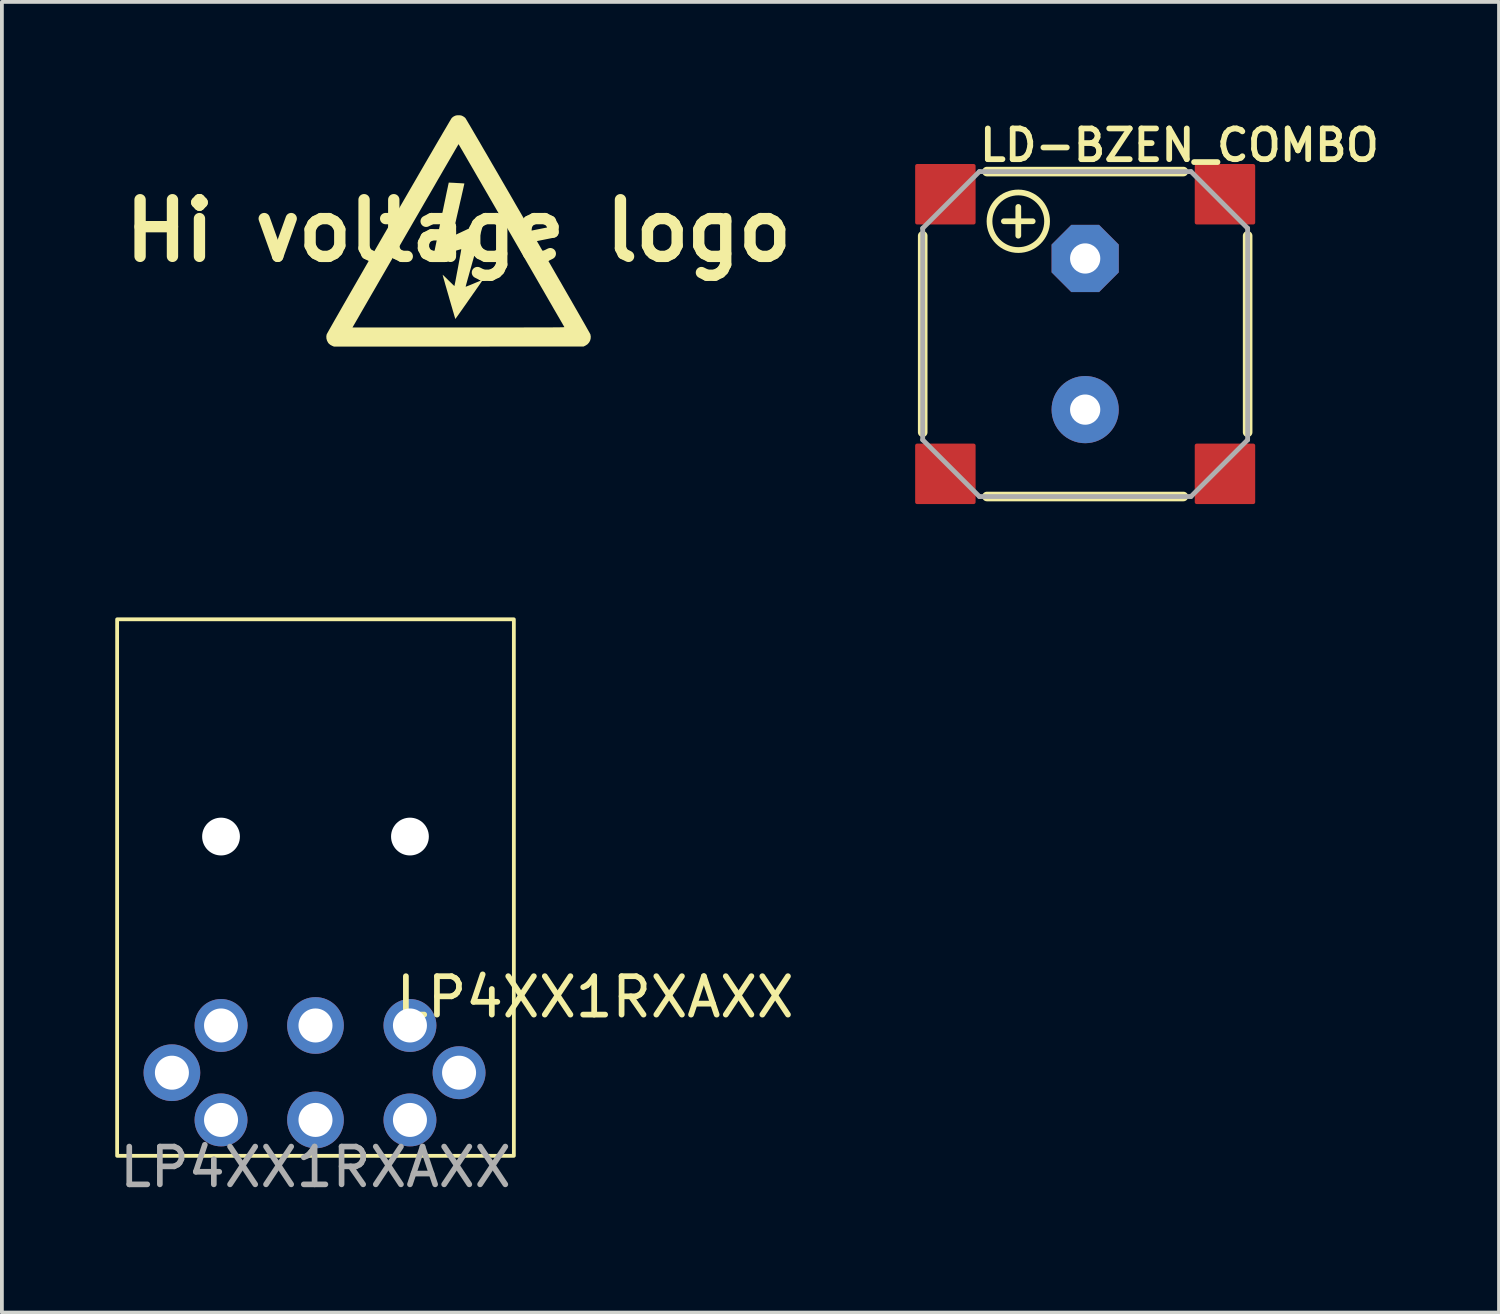
<source format=kicad_pcb>
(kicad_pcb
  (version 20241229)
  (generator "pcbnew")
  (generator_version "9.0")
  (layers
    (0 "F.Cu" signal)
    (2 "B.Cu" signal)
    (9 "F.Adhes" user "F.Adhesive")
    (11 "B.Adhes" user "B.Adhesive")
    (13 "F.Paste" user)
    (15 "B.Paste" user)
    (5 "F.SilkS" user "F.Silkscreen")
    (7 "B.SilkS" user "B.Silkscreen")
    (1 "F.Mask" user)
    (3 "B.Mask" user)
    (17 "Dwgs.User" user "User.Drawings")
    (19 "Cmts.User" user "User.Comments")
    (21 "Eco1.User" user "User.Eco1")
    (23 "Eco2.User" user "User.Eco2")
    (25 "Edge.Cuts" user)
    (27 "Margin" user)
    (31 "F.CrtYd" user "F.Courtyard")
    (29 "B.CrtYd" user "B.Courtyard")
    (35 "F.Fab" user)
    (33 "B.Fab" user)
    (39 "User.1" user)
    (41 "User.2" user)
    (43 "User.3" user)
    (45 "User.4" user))
  (footprint "LP4XX1RXAXX"
    (layer "F.Cu")
    (at 5.3 25.341)
    (property "Reference" "LP4XX1RXAXX" (at 7.4 -2 0) (unlocked yes) (layer "F.SilkS") (effects (font (size 1.016 1.016) (thickness 0.152))))
    (attr through_hole)
    (fp_rect (start -5.25 -12) (end 5.25 2.2) (stroke (width 0.1) (type default)) (fill no) (layer "F.SilkS"))
    (fp_text user "${REFERENCE}" (at 0 2.5 0) (unlocked yes) (layer "F.Fab") (effects (font (size 1 1) (thickness 0.15))))
    (pad "" np_thru_hole circle (at -2.5 -6.25) (size 1 1) (drill 1) (layers "*.Cu"))
    (pad "" np_thru_hole circle (at 2.5 -6.25) (size 1 1) (drill 1) (layers "*.Cu"))
    (pad "1" thru_hole circle (at -2.5 1.25) (size 1.4 1.4) (drill 0.9) (layers "*.Cu" "*.Mask"))
    (pad "2" thru_hole circle (at 0 1.25) (size 1.5 1.5) (drill 0.9) (layers "*.Cu" "*.Mask"))
    (pad "3" thru_hole circle (at 2.5 1.25) (size 1.4 1.4) (drill 0.9) (layers "*.Cu" "*.Mask"))
    (pad "4" thru_hole circle (at -2.5 -1.25) (size 1.4 1.4) (drill 0.9) (layers "*.Cu" "*.Mask"))
    (pad "5" thru_hole circle (at 0 -1.25) (size 1.5 1.5) (drill 0.9) (layers "*.Cu" "*.Mask"))
    (pad "6" thru_hole circle (at 2.5 -1.25) (size 1.4 1.4) (drill 0.9) (layers "*.Cu" "*.Mask"))
    (pad "A" thru_hole circle (at -3.8 0) (size 1.5 1.5) (drill 0.9) (layers "*.Cu" "*.Mask"))
    (pad "C" thru_hole circle (at 3.8 0) (size 1.4 1.4) (drill 0.9) (layers "*.Cu" "*.Mask")))
  (footprint "Hi voltage logo"
    (layer "F.Cu")
    (at 9.086 3.057)
    (property "Reference" "Hi voltage logo" (at 0 0 0) (layer "F.SilkS") (effects (font (size 1.5 1.5) (thickness 0.3))))
    (attr exclude_from_pos_files exclude_from_bom)
    (fp_poly (pts (xy -0.251 -1.274) (xy -0.231 -1.273) (xy -0.201 -1.272) (xy -0.162 -1.27) (xy -0.119 -1.268) (xy -0.072 -1.265) (xy -0.023 -1.262) (xy 0.023 -1.26) (xy 0.066 -1.257) (xy 0.103 -1.255) (xy 0.132 -1.253) (xy 0.149 -1.251) (xy 0.155 -1.251) (xy 0.153 -1.244) (xy 0.149 -1.223) (xy 0.141 -1.189) (xy 0.131 -1.144) (xy 0.119 -1.089) (xy 0.104 -1.024) (xy 0.087 -0.95) (xy 0.069 -0.869) (xy 0.048 -0.781) (xy 0.027 -0.688) (xy 0.005 -0.59) (xy -0.004 -0.553) (xy -0.027 -0.453) (xy -0.049 -0.358) (xy -0.069 -0.268) (xy -0.088 -0.184) (xy -0.106 -0.108) (xy -0.121 -0.039) (xy -0.135 0.02) (xy -0.146 0.069) (xy -0.154 0.107) (xy -0.16 0.132) (xy -0.162 0.145) (xy -0.162 0.146) (xy -0.155 0.143) (xy -0.136 0.134) (xy -0.106 0.12) (xy -0.065 0.101) (xy -0.016 0.078) (xy 0.041 0.052) (xy 0.104 0.022) (xy 0.173 -0.01) (xy 0.246 -0.045) (xy 0.254 -0.049) (xy 0.327 -0.083) (xy 0.397 -0.116) (xy 0.461 -0.146) (xy 0.518 -0.173) (xy 0.569 -0.196) (xy 0.61 -0.215) (xy 0.642 -0.23) (xy 0.662 -0.239) (xy 0.67 -0.242) (xy 0.67 -0.242) (xy 0.669 -0.235) (xy 0.663 -0.214) (xy 0.654 -0.181) (xy 0.642 -0.136) (xy 0.626 -0.08) (xy 0.608 -0.014) (xy 0.587 0.061) (xy 0.563 0.144) (xy 0.538 0.234) (xy 0.51 0.331) (xy 0.481 0.434) (xy 0.451 0.541) (xy 0.429 0.619) (xy 0.397 0.729) (xy 0.367 0.835) (xy 0.339 0.936) (xy 0.312 1.031) (xy 0.287 1.119) (xy 0.265 1.2) (xy 0.244 1.273) (xy 0.227 1.336) (xy 0.212 1.389) (xy 0.201 1.431) (xy 0.193 1.461) (xy 0.189 1.478) (xy 0.188 1.482) (xy 0.195 1.48) (xy 0.215 1.473) (xy 0.245 1.461) (xy 0.284 1.446) (xy 0.33 1.427) (xy 0.381 1.406) (xy 0.414 1.392) (xy 0.468 1.369) (xy 0.517 1.349) (xy 0.561 1.331) (xy 0.596 1.317) (xy 0.622 1.308) (xy 0.637 1.302) (xy 0.64 1.302) (xy 0.636 1.308) (xy 0.625 1.326) (xy 0.606 1.353) (xy 0.581 1.389) (xy 0.55 1.434) (xy 0.515 1.485) (xy 0.475 1.541) (xy 0.433 1.603) (xy 0.387 1.667) (xy 0.34 1.735) (xy 0.292 1.803) (xy 0.244 1.872) (xy 0.197 1.94) (xy 0.15 2.006) (xy 0.106 2.069) (xy 0.064 2.128) (xy 0.026 2.182) (xy -0.007 2.229) (xy -0.036 2.269) (xy -0.059 2.301) (xy -0.075 2.323) (xy -0.084 2.335) (xy -0.085 2.336) (xy -0.087 2.329) (xy -0.093 2.309) (xy -0.103 2.276) (xy -0.116 2.233) (xy -0.131 2.179) (xy -0.15 2.116) (xy -0.17 2.046) (xy -0.193 1.968) (xy -0.217 1.885) (xy -0.243 1.796) (xy -0.255 1.752) (xy -0.281 1.662) (xy -0.306 1.576) (xy -0.329 1.495) (xy -0.351 1.421) (xy -0.369 1.354) (xy -0.386 1.295) (xy -0.4 1.246) (xy -0.41 1.208) (xy -0.417 1.181) (xy -0.421 1.167) (xy -0.421 1.165) (xy -0.415 1.169) (xy -0.4 1.182) (xy -0.377 1.204) (xy -0.348 1.232) (xy -0.313 1.266) (xy -0.275 1.304) (xy -0.265 1.314) (xy -0.226 1.352) (xy -0.19 1.387) (xy -0.16 1.417) (xy -0.135 1.44) (xy -0.118 1.456) (xy -0.11 1.463) (xy -0.11 1.463) (xy -0.107 1.454) (xy -0.103 1.433) (xy -0.096 1.4) (xy -0.087 1.357) (xy -0.077 1.305) (xy -0.066 1.246) (xy -0.054 1.181) (xy -0.041 1.112) (xy -0.027 1.041) (xy -0.013 0.967) (xy 0.000134 0.894) (xy 0.013 0.823) (xy 0.026 0.755) (xy 0.037 0.691) (xy 0.048 0.633) (xy 0.057 0.583) (xy 0.064 0.542) (xy 0.069 0.512) (xy 0.072 0.493) (xy 0.072 0.488) (xy 0.065 0.489) (xy 0.044 0.495) (xy 0.012 0.504) (xy -0.031 0.516) (xy -0.082 0.531) (xy -0.141 0.549) (xy -0.205 0.569) (xy -0.275 0.59) (xy -0.298 0.597) (xy -0.369 0.619) (xy -0.436 0.64) (xy -0.496 0.658) (xy -0.55 0.674) (xy -0.596 0.688) (xy -0.631 0.698) (xy -0.656 0.704) (xy -0.668 0.707) (xy -0.669 0.707) (xy -0.668 0.7) (xy -0.664 0.678) (xy -0.657 0.645) (xy -0.648 0.6) (xy -0.637 0.544) (xy -0.624 0.479) (xy -0.609 0.405) (xy -0.592 0.324) (xy -0.574 0.237) (xy -0.555 0.144) (xy -0.535 0.047) (xy -0.514 -0.054) (xy -0.493 -0.156) (xy -0.472 -0.26) (xy -0.45 -0.364) (xy -0.429 -0.468) (xy -0.407 -0.569) (xy -0.387 -0.668) (xy -0.367 -0.763) (xy -0.348 -0.853) (xy -0.331 -0.937) (xy -0.315 -1.014) (xy -0.3 -1.083) (xy -0.287 -1.143) (xy -0.277 -1.193) (xy -0.268 -1.232) (xy -0.262 -1.259) (xy -0.259 -1.273) (xy -0.258 -1.274)) (stroke (width 0) (type solid)) (fill yes) (layer "F.SilkS"))
    (fp_poly (pts (xy 0.035 -3.056) (xy 0.062 -3.052) (xy 0.085 -3.046) (xy 0.106 -3.036) (xy 0.136 -3.019) (xy 0.165 -2.998) (xy 0.18 -2.984) (xy 0.186 -2.975) (xy 0.199 -2.954) (xy 0.219 -2.921) (xy 0.245 -2.877) (xy 0.278 -2.821) (xy 0.317 -2.755) (xy 0.361 -2.68) (xy 0.411 -2.594) (xy 0.466 -2.5) (xy 0.526 -2.398) (xy 0.59 -2.288) (xy 0.658 -2.17) (xy 0.731 -2.046) (xy 0.807 -1.915) (xy 0.886 -1.778) (xy 0.969 -1.636) (xy 1.054 -1.49) (xy 1.141 -1.339) (xy 1.231 -1.184) (xy 1.323 -1.026) (xy 1.416 -0.865) (xy 1.51 -0.701) (xy 1.606 -0.536) (xy 1.702 -0.37) (xy 1.799 -0.203) (xy 1.895 -0.036) (xy 1.992 0.131) (xy 2.088 0.298) (xy 2.183 0.463) (xy 2.277 0.626) (xy 2.37 0.787) (xy 2.461 0.945) (xy 2.55 1.1) (xy 2.637 1.251) (xy 2.722 1.397) (xy 2.803 1.539) (xy 2.882 1.676) (xy 2.957 1.806) (xy 3.029 1.931) (xy 3.096 2.048) (xy 3.159 2.158) (xy 3.218 2.261) (xy 3.271 2.354) (xy 3.32 2.439) (xy 3.363 2.515) (xy 3.4 2.581) (xy 3.431 2.636) (xy 3.456 2.68) (xy 3.474 2.713) (xy 3.486 2.734) (xy 3.49 2.743) (xy 3.5 2.801) (xy 3.496 2.859) (xy 3.48 2.914) (xy 3.451 2.963) (xy 3.412 3.006) (xy 3.363 3.038) (xy 3.361 3.039) (xy 3.311 3.064) (xy 0.008 3.066) (xy -3.295 3.067) (xy -3.337 3.05) (xy -3.391 3.022) (xy -3.433 2.987) (xy -3.452 2.964) (xy -3.481 2.909) (xy -3.497 2.851) (xy -3.499 2.791) (xy -3.49 2.743) (xy -3.485 2.733) (xy -3.473 2.711) (xy -3.454 2.677) (xy -3.429 2.632) (xy -3.397 2.576) (xy -3.388 2.56) (xy -2.807 2.56) (xy 0.00022 2.56) (xy 0.248 2.56) (xy 0.482 2.56) (xy 0.701 2.56) (xy 0.906 2.56) (xy 1.099 2.56) (xy 1.278 2.56) (xy 1.445 2.56) (xy 1.6 2.56) (xy 1.743 2.559) (xy 1.876 2.559) (xy 1.997 2.559) (xy 2.108 2.559) (xy 2.208 2.559) (xy 2.3 2.558) (xy 2.382 2.558) (xy 2.455 2.558) (xy 2.52 2.557) (xy 2.577 2.557) (xy 2.627 2.556) (xy 2.669 2.556) (xy 2.705 2.555) (xy 2.734 2.554) (xy 2.757 2.554) (xy 2.775 2.553) (xy 2.788 2.552) (xy 2.797 2.552) (xy 2.801 2.551) (xy 2.801 2.55) (xy 2.797 2.543) (xy 2.786 2.523) (xy 2.767 2.492) (xy 2.743 2.448) (xy 2.711 2.394) (xy 2.674 2.329) (xy 2.63 2.254) (xy 2.581 2.169) (xy 2.526 2.075) (xy 2.467 1.971) (xy 2.402 1.86) (xy 2.333 1.74) (xy 2.26 1.613) (xy 2.182 1.479) (xy 2.101 1.338) (xy 2.016 1.191) (xy 1.928 1.038) (xy 1.836 0.88) (xy 1.742 0.717) (xy 1.646 0.55) (xy 1.547 0.379) (xy 1.446 0.204) (xy 1.4 0.124) (xy 1.298 -0.052) (xy 1.198 -0.224) (xy 1.1 -0.393) (xy 1.005 -0.558) (xy 0.913 -0.718) (xy 0.823 -0.873) (xy 0.737 -1.022) (xy 0.654 -1.165) (xy 0.575 -1.302) (xy 0.499 -1.432) (xy 0.428 -1.555) (xy 0.362 -1.669) (xy 0.3 -1.776) (xy 0.243 -1.874) (xy 0.192 -1.963) (xy 0.146 -2.042) (xy 0.106 -2.111) (xy 0.072 -2.169) (xy 0.044 -2.217) (xy 0.023 -2.253) (xy 0.008 -2.278) (xy 0.001 -2.29) (xy -0.000024 -2.291) (xy -0.004 -2.285) (xy -0.015 -2.266) (xy -0.033 -2.235) (xy -0.058 -2.192) (xy -0.09 -2.138) (xy -0.127 -2.073) (xy -0.171 -1.998) (xy -0.221 -1.912) (xy -0.276 -1.817) (xy -0.337 -1.712) (xy -0.403 -1.599) (xy -0.473 -1.477) (xy -0.549 -1.347) (xy -0.628 -1.209) (xy -0.712 -1.064) (xy -0.8 -0.912) (xy -0.892 -0.754) (xy -0.987 -0.589) (xy -1.085 -0.419) (xy -1.187 -0.244) (xy -1.291 -0.063) (xy -1.398 0.121) (xy -1.507 0.31) (xy -1.618 0.503) (xy -1.731 0.698) (xy -1.846 0.897) (xy -1.962 1.098) (xy -2.08 1.301) (xy -2.198 1.506) (xy -2.317 1.711) (xy -2.436 1.918) (xy -2.556 2.125) (xy -2.675 2.333) (xy -2.786 2.524) (xy -2.807 2.56) (xy -3.388 2.56) (xy -3.359 2.509) (xy -3.316 2.433) (xy -3.267 2.347) (xy -3.213 2.253) (xy -3.154 2.15) (xy -3.091 2.039) (xy -3.023 1.921) (xy -2.951 1.796) (xy -2.876 1.665) (xy -2.797 1.528) (xy -2.715 1.386) (xy -2.63 1.238) (xy -2.543 1.087) (xy -2.454 0.932) (xy -2.363 0.774) (xy -2.27 0.613) (xy -2.175 0.449) (xy -2.08 0.284) (xy -1.984 0.118) (xy -1.887 -0.049) (xy -1.791 -0.217) (xy -1.694 -0.384) (xy -1.598 -0.55) (xy -1.503 -0.715) (xy -1.408 -0.878) (xy -1.315 -1.039) (xy -1.224 -1.196) (xy -1.134 -1.351) (xy -1.047 -1.502) (xy -0.962 -1.648) (xy -0.88 -1.79) (xy -0.801 -1.926) (xy -0.725 -2.056) (xy -0.653 -2.18) (xy -0.585 -2.297) (xy -0.521 -2.407) (xy -0.461 -2.508) (xy -0.407 -2.602) (xy -0.357 -2.686) (xy -0.313 -2.761) (xy -0.275 -2.826) (xy -0.243 -2.881) (xy -0.217 -2.924) (xy -0.198 -2.956) (xy -0.185 -2.977) (xy -0.18 -2.984) (xy -0.155 -3.006) (xy -0.125 -3.027) (xy -0.106 -3.036) (xy -0.081 -3.047) (xy -0.057 -3.053) (xy -0.03 -3.056) (xy 0 -3.057)) (stroke (width 0) (type solid)) (fill yes) (layer "F.SilkS")))
  (footprint "LD-BZEN_COMBO"
    (layer "F.Cu")
    (at 25.671 5.791)
    (property "Reference" "LD-BZEN_COMBO" (at -2.87 -4.521 0) (layer "F.SilkS") (effects (font (size 0.813 0.813) (thickness 0.152) (bold yes)) (justify left bottom)))
    (attr through_hole)
    (fp_line (start -4.3 2.6) (end -4.3 -2.6) (stroke (width 0.254) (type solid)) (layer "F.SilkS"))
    (fp_line (start -2.6 -4.3) (end 2.6 -4.3) (stroke (width 0.254) (type solid)) (layer "F.SilkS"))
    (fp_line (start -2.6 4.3) (end 2.6 4.3) (stroke (width 0.254) (type solid)) (layer "F.SilkS"))
    (fp_line (start -2.151 -2.985) (end -1.389 -2.985) (stroke (width 0.152) (type solid)) (layer "F.SilkS"))
    (fp_line (start -1.77 -2.603) (end -1.77 -3.365) (stroke (width 0.152) (type solid)) (layer "F.SilkS"))
    (fp_line (start 4.3 2.6) (end 4.3 -2.6) (stroke (width 0.254) (type solid)) (layer "F.SilkS"))
    (fp_circle (center -1.77 -2.985) (end -1.008 -2.985) (stroke (width 0.152) (type solid)) (fill no) (layer "F.SilkS"))
    (fp_line (start -4.3 -2.8) (end -2.8 -4.3) (stroke (width 0.127) (type solid)) (layer "F.Fab"))
    (fp_line (start -4.3 2.8) (end -4.3 -2.8) (stroke (width 0.127) (type solid)) (layer "F.Fab"))
    (fp_line (start -2.8 -4.3) (end 2.8 -4.3) (stroke (width 0.127) (type solid)) (layer "F.Fab"))
    (fp_line (start -2.8 4.3) (end -4.3 2.8) (stroke (width 0.127) (type solid)) (layer "F.Fab"))
    (fp_line (start -2.8 4.3) (end 2.8 4.3) (stroke (width 0.127) (type solid)) (layer "F.Fab"))
    (fp_line (start 2.8 4.3) (end 4.3 2.8) (stroke (width 0.127) (type solid)) (layer "F.Fab"))
    (fp_line (start 4.3 -2.8) (end 2.8 -4.3) (stroke (width 0.127) (type solid)) (layer "F.Fab"))
    (fp_line (start 4.3 2.8) (end 4.3 -2.8) (stroke (width 0.127) (type solid)) (layer "F.Fab"))
    (pad "" smd roundrect (at 3.7 -3.7) (size 1.6 1.6) (layers "F.Cu" "F.Mask" "F.Paste") (roundrect_rratio 0.032))
    (pad "" smd roundrect (at 3.7 3.7) (size 1.6 1.6) (layers "F.Cu" "F.Mask" "F.Paste") (roundrect_rratio 0.032))
    (pad "+B" smd roundrect (at -3.7 -3.7) (size 1.6 1.6) (layers "F.Cu" "F.Mask" "F.Paste") (roundrect_rratio 0.032))
    (pad "+B" thru_hole roundrect (at 0 -2) (size 1.778 1.778) (drill 0.8) (layers "*.Cu" "*.Mask") (roundrect_rratio 0.25) (chamfer_ratio 0.293) (chamfer top_left top_right bottom_left bottom_right))
    (pad "-B" smd roundrect (at -3.7 3.7) (size 1.6 1.6) (layers "F.Cu" "F.Mask" "F.Paste") (roundrect_rratio 0.032))
    (pad "-B" thru_hole circle (at 0 2) (size 1.778 1.778) (drill 0.8) (layers "*.Cu" "*.Mask")))
  (gr_rect
    (start -3 -3)
    (end 36.624 31.689)
    (stroke (width 0.1) (type default))
    (fill no)
    (layer "Edge.Cuts")))
</source>
